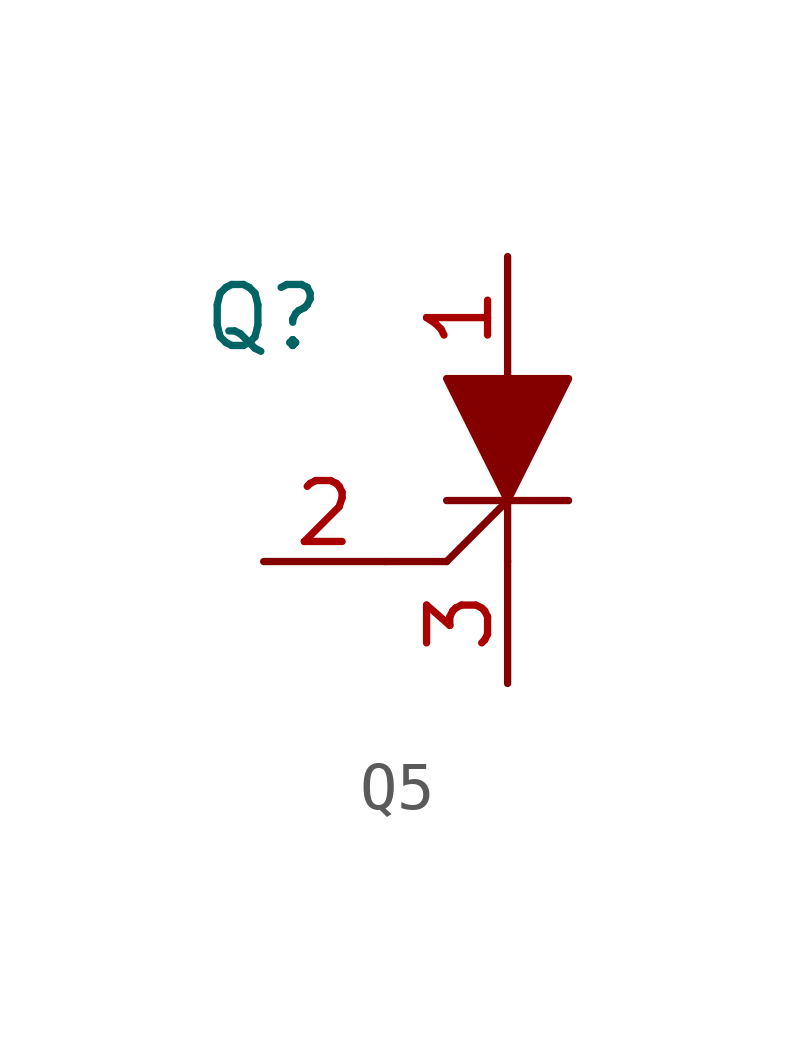
<source format=kicad_sym>
(kicad_symbol_lib
  (version 20211014)
  (generator kicad_symbol_editor)
  (symbol "Q5"
    (property "Reference" "Q"
      (at -5.08 2.54 0)
      (effects (font (size 1.27 1.27))))
    (symbol "Q5_0_1"
      (polyline (pts (xy -1.27 -2.54) (xy -2.54 -2.54)) (stroke (width 0) (type default) (color 0 0 0 0)) (fill (type none)))
      (polyline (pts (xy -1.27 -1.27) (xy 1.27 -1.27)) (stroke (width 0) (type default) (color 0 0 0 0)) (fill (type none)))
      (polyline (pts (xy 0 -1.27) (xy -1.27 -2.54)) (stroke (width 0) (type default) (color 0 0 0 0)) (fill (type none)))
      (polyline (pts (xy 0 -1.27) (xy 0 -2.54)) (stroke (width 0) (type default) (color 0 0 0 0)) (fill (type none)))
      (polyline (pts (xy -1.27 1.27) (xy 1.27 1.27) (xy 0 -1.27) (xy -1.27 1.27)) (stroke (width 0) (type default) (color 0 0 0 0)) (fill (type outline))))
    (symbol "Q5_1_1"
      (pin passive line (at 0 3.81 270) (length 2.54) (name "" (effects (font (size 1.27 1.27)))) (number "1" (effects (font (size 1.27 1.27)))))
      (pin passive line (at -5.08 -2.54 0) (length 2.54) (name "" (effects (font (size 1.27 1.27)))) (number "2" (effects (font (size 1.27 1.27)))))
      (pin passive line (at 0 -5.08 90) (length 2.54) (name "" (effects (font (size 1.27 1.27)))) (number "3" (effects (font (size 1.27 1.27))))))))
</source>
